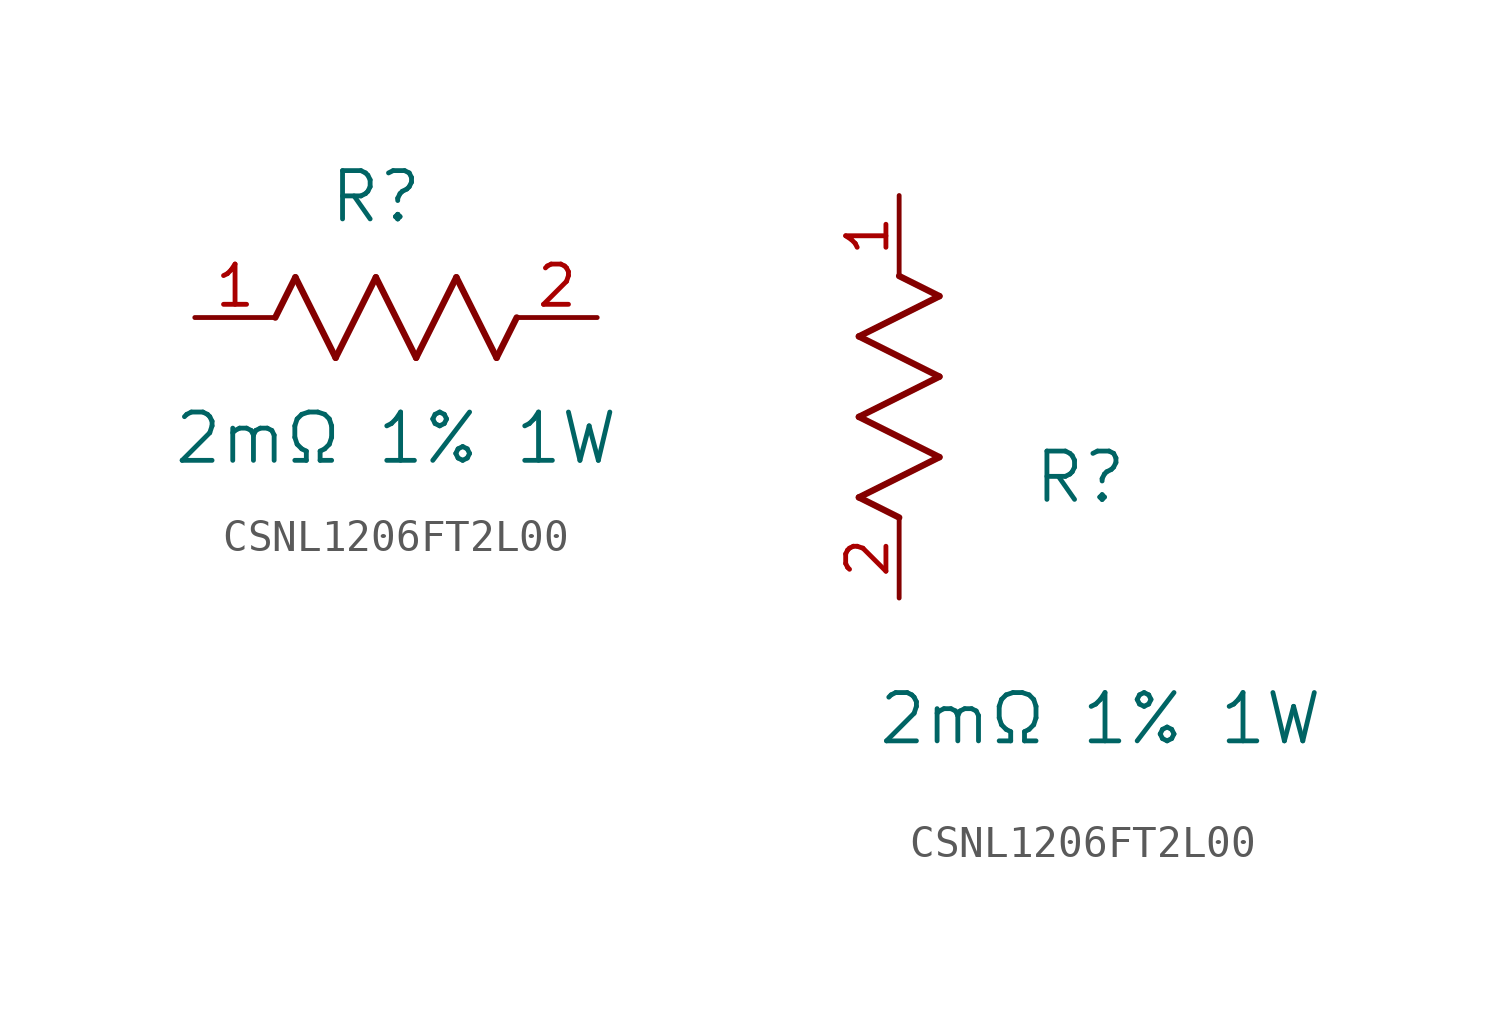
<source format=kicad_sym>
(kicad_symbol_lib
  (version 20231120)
  (generator "kicad_symbol_editor")
  (generator_version "8.0")
  (symbol "CSNL1206FT2L00"
    (pin_names
      (offset 0.254))
    (property "Reference" "R"
      (at 5.715 3.81 0)
      (effects (font (size 1.524 1.524))))
    (property "Value" "2mΩ 1% 1W"
      (at 6.35 -3.81 0)
      (effects (font (size 1.524 1.524))))
    (symbol "CSNL1206FT2L00_1_1"
      (polyline (pts (xy 2.54 0) (xy 3.175 1.27)) (stroke (width 0.203) (type default)) (fill (type none)))
      (polyline (pts (xy 3.175 1.27) (xy 4.445 -1.27)) (stroke (width 0.203) (type default)) (fill (type none)))
      (polyline (pts (xy 4.445 -1.27) (xy 5.715 1.27)) (stroke (width 0.203) (type default)) (fill (type none)))
      (polyline (pts (xy 5.715 1.27) (xy 6.985 -1.27)) (stroke (width 0.203) (type default)) (fill (type none)))
      (polyline (pts (xy 6.985 -1.27) (xy 8.255 1.27)) (stroke (width 0.203) (type default)) (fill (type none)))
      (polyline (pts (xy 8.255 1.27) (xy 9.525 -1.27)) (stroke (width 0.203) (type default)) (fill (type none)))
      (polyline (pts (xy 9.525 -1.27) (xy 10.16 0)) (stroke (width 0.203) (type default)) (fill (type none)))
      (pin passive line (at 0 0 0) (length 2.54) (name "" (effects (font (size 1.27 1.27)))) (number "1" (effects (font (size 1.27 1.27)))))
      (pin passive line (at 12.7 0 180) (length 2.54) (name "" (effects (font (size 1.27 1.27)))) (number "2" (effects (font (size 1.27 1.27))))))
    (symbol "CSNL1206FT2L00_1_2"
      (polyline (pts (xy -1.27 3.175) (xy 1.27 4.445)) (stroke (width 0.203) (type default)) (fill (type none)))
      (polyline (pts (xy -1.27 5.715) (xy 1.27 6.985)) (stroke (width 0.203) (type default)) (fill (type none)))
      (polyline (pts (xy -1.27 8.255) (xy 1.27 9.525)) (stroke (width 0.203) (type default)) (fill (type none)))
      (polyline (pts (xy 0 2.54) (xy -1.27 3.175)) (stroke (width 0.203) (type default)) (fill (type none)))
      (polyline (pts (xy 1.27 4.445) (xy -1.27 5.715)) (stroke (width 0.203) (type default)) (fill (type none)))
      (polyline (pts (xy 1.27 6.985) (xy -1.27 8.255)) (stroke (width 0.203) (type default)) (fill (type none)))
      (polyline (pts (xy 1.27 9.525) (xy 0 10.16)) (stroke (width 0.203) (type default)) (fill (type none)))
      (pin unspecified line (at 0 12.7 270) (length 2.54) (name "" (effects (font (size 1.27 1.27)))) (number "1" (effects (font (size 1.27 1.27)))))
      (pin unspecified line (at 0 0 90) (length 2.54) (name "" (effects (font (size 1.27 1.27)))) (number "2" (effects (font (size 1.27 1.27))))))))
</source>
